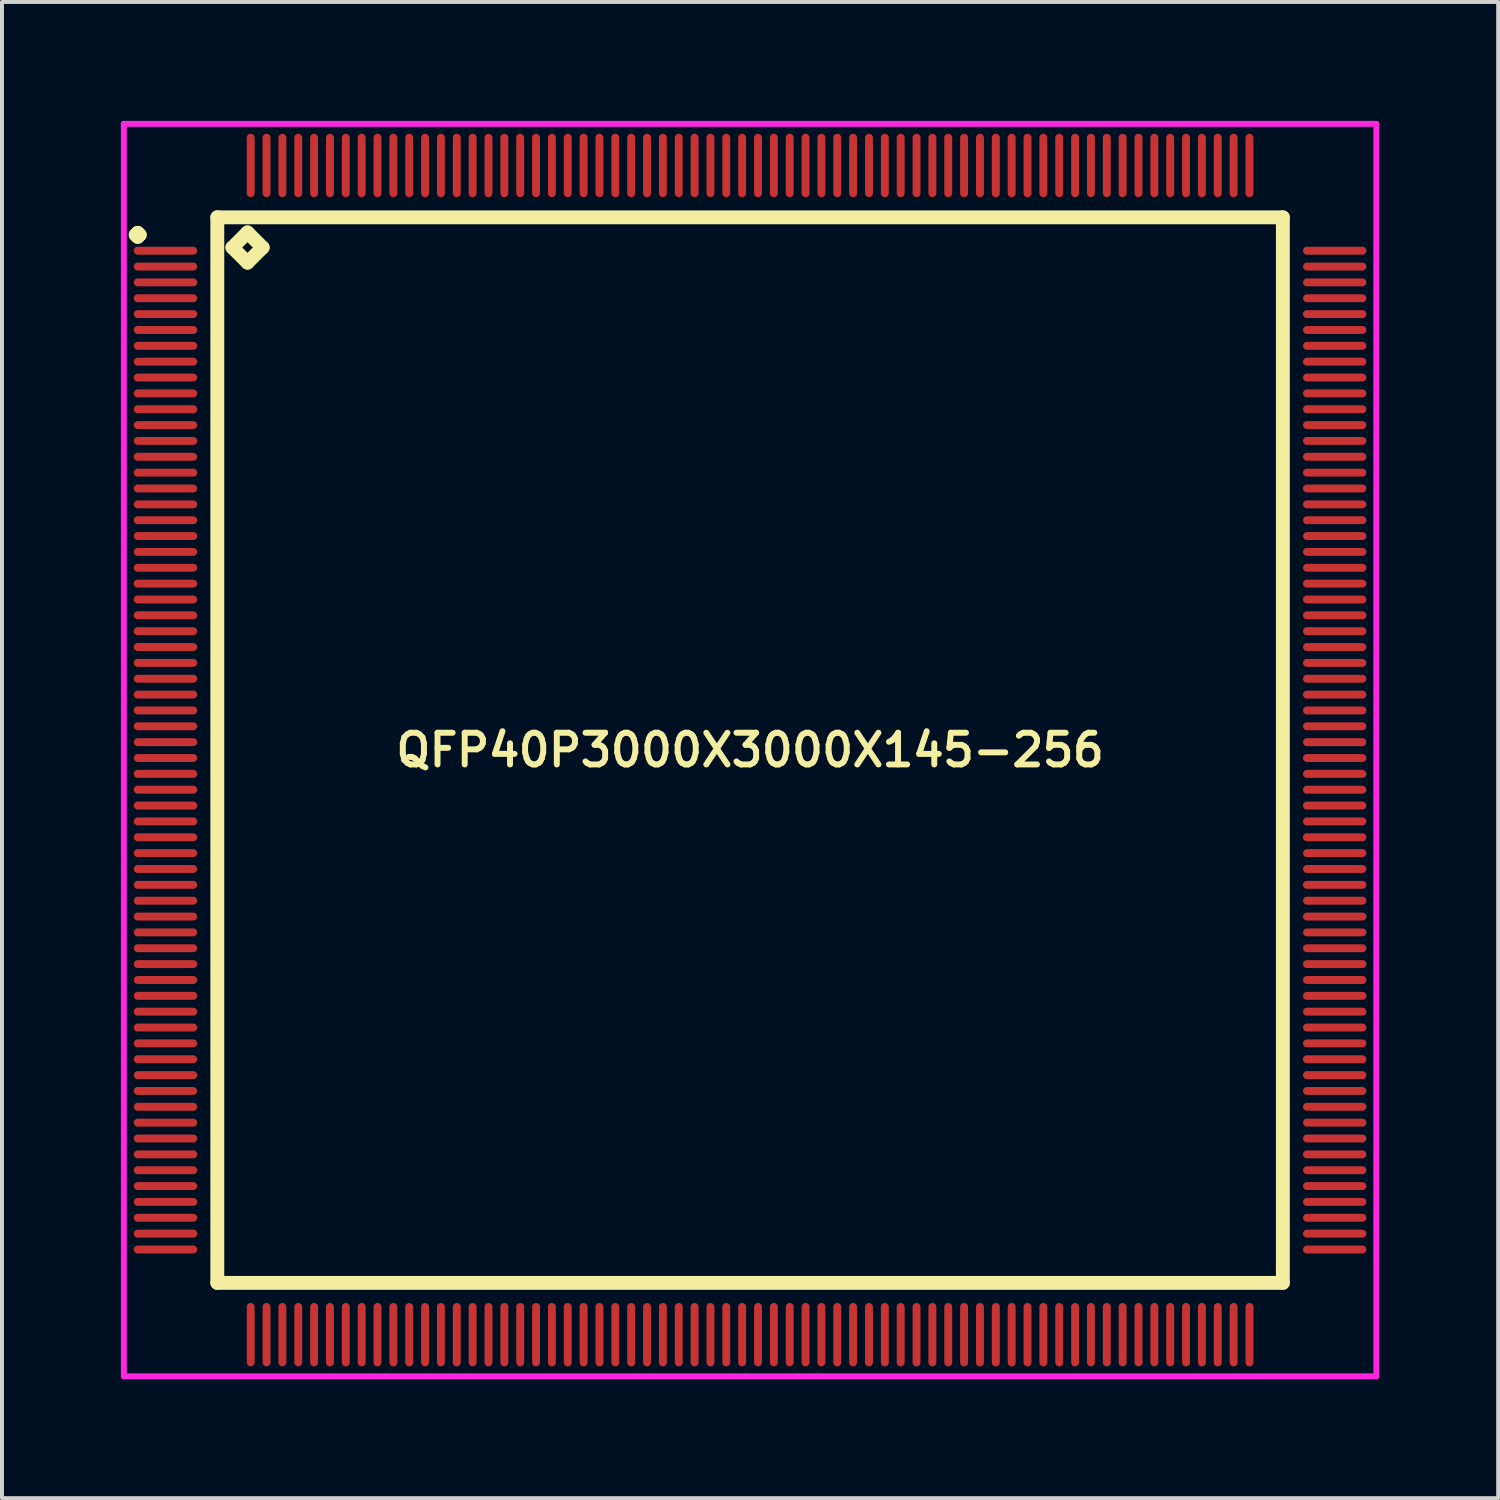
<source format=kicad_pcb>
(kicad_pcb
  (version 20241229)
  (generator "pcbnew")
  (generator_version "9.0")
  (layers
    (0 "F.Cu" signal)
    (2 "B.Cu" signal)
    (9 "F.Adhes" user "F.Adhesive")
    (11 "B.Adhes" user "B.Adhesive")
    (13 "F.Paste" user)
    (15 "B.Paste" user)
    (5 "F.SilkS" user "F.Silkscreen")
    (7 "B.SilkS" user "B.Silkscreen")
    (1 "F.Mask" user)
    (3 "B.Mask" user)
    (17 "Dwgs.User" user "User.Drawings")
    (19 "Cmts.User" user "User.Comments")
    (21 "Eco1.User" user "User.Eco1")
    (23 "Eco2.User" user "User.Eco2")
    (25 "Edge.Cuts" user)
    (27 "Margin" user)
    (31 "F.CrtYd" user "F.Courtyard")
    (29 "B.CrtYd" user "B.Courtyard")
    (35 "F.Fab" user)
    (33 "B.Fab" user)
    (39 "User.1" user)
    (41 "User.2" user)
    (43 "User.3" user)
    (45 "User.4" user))
  (footprint "QFP40P3000X3000X145-256"
    (layer "F.Cu")
    (at 15.875 15.875)
    (property "Reference" "QFP40P3000X3000X145-256" (at 0 0 0) (layer "F.SilkS") (effects (font (size 0.8 0.8) (thickness 0.15))))
    (attr smd)
    (fp_line (start -15.5 -13) (end -15.45 -13.05) (stroke (width 0.35) (type solid)) (layer "F.SilkS"))
    (fp_line (start -15.45 -13.05) (end -15.4 -13) (stroke (width 0.35) (type solid)) (layer "F.SilkS"))
    (fp_line (start -15.45 -12.95) (end -15.5 -13) (stroke (width 0.35) (type solid)) (layer "F.SilkS"))
    (fp_line (start -15.4 -13) (end -15.45 -12.95) (stroke (width 0.35) (type solid)) (layer "F.SilkS"))
    (fp_line (start -13.442 -13.442) (end -13.442 13.442) (stroke (width 0.35) (type solid)) (layer "F.SilkS"))
    (fp_line (start -13.442 13.442) (end 13.442 13.442) (stroke (width 0.35) (type solid)) (layer "F.SilkS"))
    (fp_line (start -13.061 -12.68) (end -12.68 -13.061) (stroke (width 0.35) (type solid)) (layer "F.SilkS"))
    (fp_line (start -12.68 -13.061) (end -12.299 -12.68) (stroke (width 0.35) (type solid)) (layer "F.SilkS"))
    (fp_line (start -12.68 -12.299) (end -13.061 -12.68) (stroke (width 0.35) (type solid)) (layer "F.SilkS"))
    (fp_line (start -12.299 -12.68) (end -12.68 -12.299) (stroke (width 0.35) (type solid)) (layer "F.SilkS"))
    (fp_line (start 13.442 -13.442) (end -13.442 -13.442) (stroke (width 0.35) (type solid)) (layer "F.SilkS"))
    (fp_line (start 13.442 13.442) (end 13.442 -13.442) (stroke (width 0.35) (type solid)) (layer "F.SilkS"))
    (fp_line (start -15.8 -15.8) (end 15.8 -15.8) (stroke (width 0.15) (type solid)) (layer "F.CrtYd"))
    (fp_line (start -15.8 15.8) (end -15.8 -15.8) (stroke (width 0.15) (type solid)) (layer "F.CrtYd"))
    (fp_line (start 15.8 -15.8) (end 15.8 15.8) (stroke (width 0.15) (type solid)) (layer "F.CrtYd"))
    (fp_line (start 15.8 15.8) (end -15.8 15.8) (stroke (width 0.15) (type solid)) (layer "F.CrtYd"))
    (pad "1" smd oval (at -14.75 -12.6) (size 1.6 0.2) (layers "F.Cu" "F.Mask" "F.Paste"))
    (pad "2" smd oval (at -14.75 -12.2) (size 1.6 0.2) (layers "F.Cu" "F.Mask" "F.Paste"))
    (pad "3" smd oval (at -14.75 -11.8) (size 1.6 0.2) (layers "F.Cu" "F.Mask" "F.Paste"))
    (pad "4" smd oval (at -14.75 -11.4) (size 1.6 0.2) (layers "F.Cu" "F.Mask" "F.Paste"))
    (pad "5" smd oval (at -14.75 -11) (size 1.6 0.2) (layers "F.Cu" "F.Mask" "F.Paste"))
    (pad "6" smd oval (at -14.75 -10.6) (size 1.6 0.2) (layers "F.Cu" "F.Mask" "F.Paste"))
    (pad "7" smd oval (at -14.75 -10.2) (size 1.6 0.2) (layers "F.Cu" "F.Mask" "F.Paste"))
    (pad "8" smd oval (at -14.75 -9.8) (size 1.6 0.2) (layers "F.Cu" "F.Mask" "F.Paste"))
    (pad "9" smd oval (at -14.75 -9.4) (size 1.6 0.2) (layers "F.Cu" "F.Mask" "F.Paste"))
    (pad "10" smd oval (at -14.75 -9) (size 1.6 0.2) (layers "F.Cu" "F.Mask" "F.Paste"))
    (pad "11" smd oval (at -14.75 -8.6) (size 1.6 0.2) (layers "F.Cu" "F.Mask" "F.Paste"))
    (pad "12" smd oval (at -14.75 -8.2) (size 1.6 0.2) (layers "F.Cu" "F.Mask" "F.Paste"))
    (pad "13" smd oval (at -14.75 -7.8) (size 1.6 0.2) (layers "F.Cu" "F.Mask" "F.Paste"))
    (pad "14" smd oval (at -14.75 -7.4) (size 1.6 0.2) (layers "F.Cu" "F.Mask" "F.Paste"))
    (pad "15" smd oval (at -14.75 -7) (size 1.6 0.2) (layers "F.Cu" "F.Mask" "F.Paste"))
    (pad "16" smd oval (at -14.75 -6.6) (size 1.6 0.2) (layers "F.Cu" "F.Mask" "F.Paste"))
    (pad "17" smd oval (at -14.75 -6.2) (size 1.6 0.2) (layers "F.Cu" "F.Mask" "F.Paste"))
    (pad "18" smd oval (at -14.75 -5.8) (size 1.6 0.2) (layers "F.Cu" "F.Mask" "F.Paste"))
    (pad "19" smd oval (at -14.75 -5.4) (size 1.6 0.2) (layers "F.Cu" "F.Mask" "F.Paste"))
    (pad "20" smd oval (at -14.75 -5) (size 1.6 0.2) (layers "F.Cu" "F.Mask" "F.Paste"))
    (pad "21" smd oval (at -14.75 -4.6) (size 1.6 0.2) (layers "F.Cu" "F.Mask" "F.Paste"))
    (pad "22" smd oval (at -14.75 -4.2) (size 1.6 0.2) (layers "F.Cu" "F.Mask" "F.Paste"))
    (pad "23" smd oval (at -14.75 -3.8) (size 1.6 0.2) (layers "F.Cu" "F.Mask" "F.Paste"))
    (pad "24" smd oval (at -14.75 -3.4) (size 1.6 0.2) (layers "F.Cu" "F.Mask" "F.Paste"))
    (pad "25" smd oval (at -14.75 -3) (size 1.6 0.2) (layers "F.Cu" "F.Mask" "F.Paste"))
    (pad "26" smd oval (at -14.75 -2.6) (size 1.6 0.2) (layers "F.Cu" "F.Mask" "F.Paste"))
    (pad "27" smd oval (at -14.75 -2.2) (size 1.6 0.2) (layers "F.Cu" "F.Mask" "F.Paste"))
    (pad "28" smd oval (at -14.75 -1.8) (size 1.6 0.2) (layers "F.Cu" "F.Mask" "F.Paste"))
    (pad "29" smd oval (at -14.75 -1.4) (size 1.6 0.2) (layers "F.Cu" "F.Mask" "F.Paste"))
    (pad "30" smd oval (at -14.75 -1) (size 1.6 0.2) (layers "F.Cu" "F.Mask" "F.Paste"))
    (pad "31" smd oval (at -14.75 -0.6) (size 1.6 0.2) (layers "F.Cu" "F.Mask" "F.Paste"))
    (pad "32" smd oval (at -14.75 -0.2) (size 1.6 0.2) (layers "F.Cu" "F.Mask" "F.Paste"))
    (pad "33" smd oval (at -14.75 0.2) (size 1.6 0.2) (layers "F.Cu" "F.Mask" "F.Paste"))
    (pad "34" smd oval (at -14.75 0.6) (size 1.6 0.2) (layers "F.Cu" "F.Mask" "F.Paste"))
    (pad "35" smd oval (at -14.75 1) (size 1.6 0.2) (layers "F.Cu" "F.Mask" "F.Paste"))
    (pad "36" smd oval (at -14.75 1.4) (size 1.6 0.2) (layers "F.Cu" "F.Mask" "F.Paste"))
    (pad "37" smd oval (at -14.75 1.8) (size 1.6 0.2) (layers "F.Cu" "F.Mask" "F.Paste"))
    (pad "38" smd oval (at -14.75 2.2) (size 1.6 0.2) (layers "F.Cu" "F.Mask" "F.Paste"))
    (pad "39" smd oval (at -14.75 2.6) (size 1.6 0.2) (layers "F.Cu" "F.Mask" "F.Paste"))
    (pad "40" smd oval (at -14.75 3) (size 1.6 0.2) (layers "F.Cu" "F.Mask" "F.Paste"))
    (pad "41" smd oval (at -14.75 3.4) (size 1.6 0.2) (layers "F.Cu" "F.Mask" "F.Paste"))
    (pad "42" smd oval (at -14.75 3.8) (size 1.6 0.2) (layers "F.Cu" "F.Mask" "F.Paste"))
    (pad "43" smd oval (at -14.75 4.2) (size 1.6 0.2) (layers "F.Cu" "F.Mask" "F.Paste"))
    (pad "44" smd oval (at -14.75 4.6) (size 1.6 0.2) (layers "F.Cu" "F.Mask" "F.Paste"))
    (pad "45" smd oval (at -14.75 5) (size 1.6 0.2) (layers "F.Cu" "F.Mask" "F.Paste"))
    (pad "46" smd oval (at -14.75 5.4) (size 1.6 0.2) (layers "F.Cu" "F.Mask" "F.Paste"))
    (pad "47" smd oval (at -14.75 5.8) (size 1.6 0.2) (layers "F.Cu" "F.Mask" "F.Paste"))
    (pad "48" smd oval (at -14.75 6.2) (size 1.6 0.2) (layers "F.Cu" "F.Mask" "F.Paste"))
    (pad "49" smd oval (at -14.75 6.6) (size 1.6 0.2) (layers "F.Cu" "F.Mask" "F.Paste"))
    (pad "50" smd oval (at -14.75 7) (size 1.6 0.2) (layers "F.Cu" "F.Mask" "F.Paste"))
    (pad "51" smd oval (at -14.75 7.4) (size 1.6 0.2) (layers "F.Cu" "F.Mask" "F.Paste"))
    (pad "52" smd oval (at -14.75 7.8) (size 1.6 0.2) (layers "F.Cu" "F.Mask" "F.Paste"))
    (pad "53" smd oval (at -14.75 8.2) (size 1.6 0.2) (layers "F.Cu" "F.Mask" "F.Paste"))
    (pad "54" smd oval (at -14.75 8.6) (size 1.6 0.2) (layers "F.Cu" "F.Mask" "F.Paste"))
    (pad "55" smd oval (at -14.75 9) (size 1.6 0.2) (layers "F.Cu" "F.Mask" "F.Paste"))
    (pad "56" smd oval (at -14.75 9.4) (size 1.6 0.2) (layers "F.Cu" "F.Mask" "F.Paste"))
    (pad "57" smd oval (at -14.75 9.8) (size 1.6 0.2) (layers "F.Cu" "F.Mask" "F.Paste"))
    (pad "58" smd oval (at -14.75 10.2) (size 1.6 0.2) (layers "F.Cu" "F.Mask" "F.Paste"))
    (pad "59" smd oval (at -14.75 10.6) (size 1.6 0.2) (layers "F.Cu" "F.Mask" "F.Paste"))
    (pad "60" smd oval (at -14.75 11) (size 1.6 0.2) (layers "F.Cu" "F.Mask" "F.Paste"))
    (pad "61" smd oval (at -14.75 11.4) (size 1.6 0.2) (layers "F.Cu" "F.Mask" "F.Paste"))
    (pad "62" smd oval (at -14.75 11.8) (size 1.6 0.2) (layers "F.Cu" "F.Mask" "F.Paste"))
    (pad "63" smd oval (at -14.75 12.2) (size 1.6 0.2) (layers "F.Cu" "F.Mask" "F.Paste"))
    (pad "64" smd oval (at -14.75 12.6) (size 1.6 0.2) (layers "F.Cu" "F.Mask" "F.Paste"))
    (pad "65" smd oval (at -12.6 14.75) (size 0.2 1.6) (layers "F.Cu" "F.Mask" "F.Paste"))
    (pad "66" smd oval (at -12.2 14.75) (size 0.2 1.6) (layers "F.Cu" "F.Mask" "F.Paste"))
    (pad "67" smd oval (at -11.8 14.75) (size 0.2 1.6) (layers "F.Cu" "F.Mask" "F.Paste"))
    (pad "68" smd oval (at -11.4 14.75) (size 0.2 1.6) (layers "F.Cu" "F.Mask" "F.Paste"))
    (pad "69" smd oval (at -11 14.75) (size 0.2 1.6) (layers "F.Cu" "F.Mask" "F.Paste"))
    (pad "70" smd oval (at -10.6 14.75) (size 0.2 1.6) (layers "F.Cu" "F.Mask" "F.Paste"))
    (pad "71" smd oval (at -10.2 14.75) (size 0.2 1.6) (layers "F.Cu" "F.Mask" "F.Paste"))
    (pad "72" smd oval (at -9.8 14.75) (size 0.2 1.6) (layers "F.Cu" "F.Mask" "F.Paste"))
    (pad "73" smd oval (at -9.4 14.75) (size 0.2 1.6) (layers "F.Cu" "F.Mask" "F.Paste"))
    (pad "74" smd oval (at -9 14.75) (size 0.2 1.6) (layers "F.Cu" "F.Mask" "F.Paste"))
    (pad "75" smd oval (at -8.6 14.75) (size 0.2 1.6) (layers "F.Cu" "F.Mask" "F.Paste"))
    (pad "76" smd oval (at -8.2 14.75) (size 0.2 1.6) (layers "F.Cu" "F.Mask" "F.Paste"))
    (pad "77" smd oval (at -7.8 14.75) (size 0.2 1.6) (layers "F.Cu" "F.Mask" "F.Paste"))
    (pad "78" smd oval (at -7.4 14.75) (size 0.2 1.6) (layers "F.Cu" "F.Mask" "F.Paste"))
    (pad "79" smd oval (at -7 14.75) (size 0.2 1.6) (layers "F.Cu" "F.Mask" "F.Paste"))
    (pad "80" smd oval (at -6.6 14.75) (size 0.2 1.6) (layers "F.Cu" "F.Mask" "F.Paste"))
    (pad "81" smd oval (at -6.2 14.75) (size 0.2 1.6) (layers "F.Cu" "F.Mask" "F.Paste"))
    (pad "82" smd oval (at -5.8 14.75) (size 0.2 1.6) (layers "F.Cu" "F.Mask" "F.Paste"))
    (pad "83" smd oval (at -5.4 14.75) (size 0.2 1.6) (layers "F.Cu" "F.Mask" "F.Paste"))
    (pad "84" smd oval (at -5 14.75) (size 0.2 1.6) (layers "F.Cu" "F.Mask" "F.Paste"))
    (pad "85" smd oval (at -4.6 14.75) (size 0.2 1.6) (layers "F.Cu" "F.Mask" "F.Paste"))
    (pad "86" smd oval (at -4.2 14.75) (size 0.2 1.6) (layers "F.Cu" "F.Mask" "F.Paste"))
    (pad "87" smd oval (at -3.8 14.75) (size 0.2 1.6) (layers "F.Cu" "F.Mask" "F.Paste"))
    (pad "88" smd oval (at -3.4 14.75) (size 0.2 1.6) (layers "F.Cu" "F.Mask" "F.Paste"))
    (pad "89" smd oval (at -3 14.75) (size 0.2 1.6) (layers "F.Cu" "F.Mask" "F.Paste"))
    (pad "90" smd oval (at -2.6 14.75) (size 0.2 1.6) (layers "F.Cu" "F.Mask" "F.Paste"))
    (pad "91" smd oval (at -2.2 14.75) (size 0.2 1.6) (layers "F.Cu" "F.Mask" "F.Paste"))
    (pad "92" smd oval (at -1.8 14.75) (size 0.2 1.6) (layers "F.Cu" "F.Mask" "F.Paste"))
    (pad "93" smd oval (at -1.4 14.75) (size 0.2 1.6) (layers "F.Cu" "F.Mask" "F.Paste"))
    (pad "94" smd oval (at -1 14.75) (size 0.2 1.6) (layers "F.Cu" "F.Mask" "F.Paste"))
    (pad "95" smd oval (at -0.6 14.75) (size 0.2 1.6) (layers "F.Cu" "F.Mask" "F.Paste"))
    (pad "96" smd oval (at -0.2 14.75) (size 0.2 1.6) (layers "F.Cu" "F.Mask" "F.Paste"))
    (pad "97" smd oval (at 0.2 14.75) (size 0.2 1.6) (layers "F.Cu" "F.Mask" "F.Paste"))
    (pad "98" smd oval (at 0.6 14.75) (size 0.2 1.6) (layers "F.Cu" "F.Mask" "F.Paste"))
    (pad "99" smd oval (at 1 14.75) (size 0.2 1.6) (layers "F.Cu" "F.Mask" "F.Paste"))
    (pad "100" smd oval (at 1.4 14.75) (size 0.2 1.6) (layers "F.Cu" "F.Mask" "F.Paste"))
    (pad "101" smd oval (at 1.8 14.75) (size 0.2 1.6) (layers "F.Cu" "F.Mask" "F.Paste"))
    (pad "102" smd oval (at 2.2 14.75) (size 0.2 1.6) (layers "F.Cu" "F.Mask" "F.Paste"))
    (pad "103" smd oval (at 2.6 14.75) (size 0.2 1.6) (layers "F.Cu" "F.Mask" "F.Paste"))
    (pad "104" smd oval (at 3 14.75) (size 0.2 1.6) (layers "F.Cu" "F.Mask" "F.Paste"))
    (pad "105" smd oval (at 3.4 14.75) (size 0.2 1.6) (layers "F.Cu" "F.Mask" "F.Paste"))
    (pad "106" smd oval (at 3.8 14.75) (size 0.2 1.6) (layers "F.Cu" "F.Mask" "F.Paste"))
    (pad "107" smd oval (at 4.2 14.75) (size 0.2 1.6) (layers "F.Cu" "F.Mask" "F.Paste"))
    (pad "108" smd oval (at 4.6 14.75) (size 0.2 1.6) (layers "F.Cu" "F.Mask" "F.Paste"))
    (pad "109" smd oval (at 5 14.75) (size 0.2 1.6) (layers "F.Cu" "F.Mask" "F.Paste"))
    (pad "110" smd oval (at 5.4 14.75) (size 0.2 1.6) (layers "F.Cu" "F.Mask" "F.Paste"))
    (pad "111" smd oval (at 5.8 14.75) (size 0.2 1.6) (layers "F.Cu" "F.Mask" "F.Paste"))
    (pad "112" smd oval (at 6.2 14.75) (size 0.2 1.6) (layers "F.Cu" "F.Mask" "F.Paste"))
    (pad "113" smd oval (at 6.6 14.75) (size 0.2 1.6) (layers "F.Cu" "F.Mask" "F.Paste"))
    (pad "114" smd oval (at 7 14.75) (size 0.2 1.6) (layers "F.Cu" "F.Mask" "F.Paste"))
    (pad "115" smd oval (at 7.4 14.75) (size 0.2 1.6) (layers "F.Cu" "F.Mask" "F.Paste"))
    (pad "116" smd oval (at 7.8 14.75) (size 0.2 1.6) (layers "F.Cu" "F.Mask" "F.Paste"))
    (pad "117" smd oval (at 8.2 14.75) (size 0.2 1.6) (layers "F.Cu" "F.Mask" "F.Paste"))
    (pad "118" smd oval (at 8.6 14.75) (size 0.2 1.6) (layers "F.Cu" "F.Mask" "F.Paste"))
    (pad "119" smd oval (at 9 14.75) (size 0.2 1.6) (layers "F.Cu" "F.Mask" "F.Paste"))
    (pad "120" smd oval (at 9.4 14.75) (size 0.2 1.6) (layers "F.Cu" "F.Mask" "F.Paste"))
    (pad "121" smd oval (at 9.8 14.75) (size 0.2 1.6) (layers "F.Cu" "F.Mask" "F.Paste"))
    (pad "122" smd oval (at 10.2 14.75) (size 0.2 1.6) (layers "F.Cu" "F.Mask" "F.Paste"))
    (pad "123" smd oval (at 10.6 14.75) (size 0.2 1.6) (layers "F.Cu" "F.Mask" "F.Paste"))
    (pad "124" smd oval (at 11 14.75) (size 0.2 1.6) (layers "F.Cu" "F.Mask" "F.Paste"))
    (pad "125" smd oval (at 11.4 14.75) (size 0.2 1.6) (layers "F.Cu" "F.Mask" "F.Paste"))
    (pad "126" smd oval (at 11.8 14.75) (size 0.2 1.6) (layers "F.Cu" "F.Mask" "F.Paste"))
    (pad "127" smd oval (at 12.2 14.75) (size 0.2 1.6) (layers "F.Cu" "F.Mask" "F.Paste"))
    (pad "128" smd oval (at 12.6 14.75) (size 0.2 1.6) (layers "F.Cu" "F.Mask" "F.Paste"))
    (pad "129" smd oval (at 14.75 12.6) (size 1.6 0.2) (layers "F.Cu" "F.Mask" "F.Paste"))
    (pad "130" smd oval (at 14.75 12.2) (size 1.6 0.2) (layers "F.Cu" "F.Mask" "F.Paste"))
    (pad "131" smd oval (at 14.75 11.8) (size 1.6 0.2) (layers "F.Cu" "F.Mask" "F.Paste"))
    (pad "132" smd oval (at 14.75 11.4) (size 1.6 0.2) (layers "F.Cu" "F.Mask" "F.Paste"))
    (pad "133" smd oval (at 14.75 11) (size 1.6 0.2) (layers "F.Cu" "F.Mask" "F.Paste"))
    (pad "134" smd oval (at 14.75 10.6) (size 1.6 0.2) (layers "F.Cu" "F.Mask" "F.Paste"))
    (pad "135" smd oval (at 14.75 10.2) (size 1.6 0.2) (layers "F.Cu" "F.Mask" "F.Paste"))
    (pad "136" smd oval (at 14.75 9.8) (size 1.6 0.2) (layers "F.Cu" "F.Mask" "F.Paste"))
    (pad "137" smd oval (at 14.75 9.4) (size 1.6 0.2) (layers "F.Cu" "F.Mask" "F.Paste"))
    (pad "138" smd oval (at 14.75 9) (size 1.6 0.2) (layers "F.Cu" "F.Mask" "F.Paste"))
    (pad "139" smd oval (at 14.75 8.6) (size 1.6 0.2) (layers "F.Cu" "F.Mask" "F.Paste"))
    (pad "140" smd oval (at 14.75 8.2) (size 1.6 0.2) (layers "F.Cu" "F.Mask" "F.Paste"))
    (pad "141" smd oval (at 14.75 7.8) (size 1.6 0.2) (layers "F.Cu" "F.Mask" "F.Paste"))
    (pad "142" smd oval (at 14.75 7.4) (size 1.6 0.2) (layers "F.Cu" "F.Mask" "F.Paste"))
    (pad "143" smd oval (at 14.75 7) (size 1.6 0.2) (layers "F.Cu" "F.Mask" "F.Paste"))
    (pad "144" smd oval (at 14.75 6.6) (size 1.6 0.2) (layers "F.Cu" "F.Mask" "F.Paste"))
    (pad "145" smd oval (at 14.75 6.2) (size 1.6 0.2) (layers "F.Cu" "F.Mask" "F.Paste"))
    (pad "146" smd oval (at 14.75 5.8) (size 1.6 0.2) (layers "F.Cu" "F.Mask" "F.Paste"))
    (pad "147" smd oval (at 14.75 5.4) (size 1.6 0.2) (layers "F.Cu" "F.Mask" "F.Paste"))
    (pad "148" smd oval (at 14.75 5) (size 1.6 0.2) (layers "F.Cu" "F.Mask" "F.Paste"))
    (pad "149" smd oval (at 14.75 4.6) (size 1.6 0.2) (layers "F.Cu" "F.Mask" "F.Paste"))
    (pad "150" smd oval (at 14.75 4.2) (size 1.6 0.2) (layers "F.Cu" "F.Mask" "F.Paste"))
    (pad "151" smd oval (at 14.75 3.8) (size 1.6 0.2) (layers "F.Cu" "F.Mask" "F.Paste"))
    (pad "152" smd oval (at 14.75 3.4) (size 1.6 0.2) (layers "F.Cu" "F.Mask" "F.Paste"))
    (pad "153" smd oval (at 14.75 3) (size 1.6 0.2) (layers "F.Cu" "F.Mask" "F.Paste"))
    (pad "154" smd oval (at 14.75 2.6) (size 1.6 0.2) (layers "F.Cu" "F.Mask" "F.Paste"))
    (pad "155" smd oval (at 14.75 2.2) (size 1.6 0.2) (layers "F.Cu" "F.Mask" "F.Paste"))
    (pad "156" smd oval (at 14.75 1.8) (size 1.6 0.2) (layers "F.Cu" "F.Mask" "F.Paste"))
    (pad "157" smd oval (at 14.75 1.4) (size 1.6 0.2) (layers "F.Cu" "F.Mask" "F.Paste"))
    (pad "158" smd oval (at 14.75 1) (size 1.6 0.2) (layers "F.Cu" "F.Mask" "F.Paste"))
    (pad "159" smd oval (at 14.75 0.6) (size 1.6 0.2) (layers "F.Cu" "F.Mask" "F.Paste"))
    (pad "160" smd oval (at 14.75 0.2) (size 1.6 0.2) (layers "F.Cu" "F.Mask" "F.Paste"))
    (pad "161" smd oval (at 14.75 -0.2) (size 1.6 0.2) (layers "F.Cu" "F.Mask" "F.Paste"))
    (pad "162" smd oval (at 14.75 -0.6) (size 1.6 0.2) (layers "F.Cu" "F.Mask" "F.Paste"))
    (pad "163" smd oval (at 14.75 -1) (size 1.6 0.2) (layers "F.Cu" "F.Mask" "F.Paste"))
    (pad "164" smd oval (at 14.75 -1.4) (size 1.6 0.2) (layers "F.Cu" "F.Mask" "F.Paste"))
    (pad "165" smd oval (at 14.75 -1.8) (size 1.6 0.2) (layers "F.Cu" "F.Mask" "F.Paste"))
    (pad "166" smd oval (at 14.75 -2.2) (size 1.6 0.2) (layers "F.Cu" "F.Mask" "F.Paste"))
    (pad "167" smd oval (at 14.75 -2.6) (size 1.6 0.2) (layers "F.Cu" "F.Mask" "F.Paste"))
    (pad "168" smd oval (at 14.75 -3) (size 1.6 0.2) (layers "F.Cu" "F.Mask" "F.Paste"))
    (pad "169" smd oval (at 14.75 -3.4) (size 1.6 0.2) (layers "F.Cu" "F.Mask" "F.Paste"))
    (pad "170" smd oval (at 14.75 -3.8) (size 1.6 0.2) (layers "F.Cu" "F.Mask" "F.Paste"))
    (pad "171" smd oval (at 14.75 -4.2) (size 1.6 0.2) (layers "F.Cu" "F.Mask" "F.Paste"))
    (pad "172" smd oval (at 14.75 -4.6) (size 1.6 0.2) (layers "F.Cu" "F.Mask" "F.Paste"))
    (pad "173" smd oval (at 14.75 -5) (size 1.6 0.2) (layers "F.Cu" "F.Mask" "F.Paste"))
    (pad "174" smd oval (at 14.75 -5.4) (size 1.6 0.2) (layers "F.Cu" "F.Mask" "F.Paste"))
    (pad "175" smd oval (at 14.75 -5.8) (size 1.6 0.2) (layers "F.Cu" "F.Mask" "F.Paste"))
    (pad "176" smd oval (at 14.75 -6.2) (size 1.6 0.2) (layers "F.Cu" "F.Mask" "F.Paste"))
    (pad "177" smd oval (at 14.75 -6.6) (size 1.6 0.2) (layers "F.Cu" "F.Mask" "F.Paste"))
    (pad "178" smd oval (at 14.75 -7) (size 1.6 0.2) (layers "F.Cu" "F.Mask" "F.Paste"))
    (pad "179" smd oval (at 14.75 -7.4) (size 1.6 0.2) (layers "F.Cu" "F.Mask" "F.Paste"))
    (pad "180" smd oval (at 14.75 -7.8) (size 1.6 0.2) (layers "F.Cu" "F.Mask" "F.Paste"))
    (pad "181" smd oval (at 14.75 -8.2) (size 1.6 0.2) (layers "F.Cu" "F.Mask" "F.Paste"))
    (pad "182" smd oval (at 14.75 -8.6) (size 1.6 0.2) (layers "F.Cu" "F.Mask" "F.Paste"))
    (pad "183" smd oval (at 14.75 -9) (size 1.6 0.2) (layers "F.Cu" "F.Mask" "F.Paste"))
    (pad "184" smd oval (at 14.75 -9.4) (size 1.6 0.2) (layers "F.Cu" "F.Mask" "F.Paste"))
    (pad "185" smd oval (at 14.75 -9.8) (size 1.6 0.2) (layers "F.Cu" "F.Mask" "F.Paste"))
    (pad "186" smd oval (at 14.75 -10.2) (size 1.6 0.2) (layers "F.Cu" "F.Mask" "F.Paste"))
    (pad "187" smd oval (at 14.75 -10.6) (size 1.6 0.2) (layers "F.Cu" "F.Mask" "F.Paste"))
    (pad "188" smd oval (at 14.75 -11) (size 1.6 0.2) (layers "F.Cu" "F.Mask" "F.Paste"))
    (pad "189" smd oval (at 14.75 -11.4) (size 1.6 0.2) (layers "F.Cu" "F.Mask" "F.Paste"))
    (pad "190" smd oval (at 14.75 -11.8) (size 1.6 0.2) (layers "F.Cu" "F.Mask" "F.Paste"))
    (pad "191" smd oval (at 14.75 -12.2) (size 1.6 0.2) (layers "F.Cu" "F.Mask" "F.Paste"))
    (pad "192" smd oval (at 14.75 -12.6) (size 1.6 0.2) (layers "F.Cu" "F.Mask" "F.Paste"))
    (pad "193" smd oval (at 12.6 -14.75) (size 0.2 1.6) (layers "F.Cu" "F.Mask" "F.Paste"))
    (pad "194" smd oval (at 12.2 -14.75) (size 0.2 1.6) (layers "F.Cu" "F.Mask" "F.Paste"))
    (pad "195" smd oval (at 11.8 -14.75) (size 0.2 1.6) (layers "F.Cu" "F.Mask" "F.Paste"))
    (pad "196" smd oval (at 11.4 -14.75) (size 0.2 1.6) (layers "F.Cu" "F.Mask" "F.Paste"))
    (pad "197" smd oval (at 11 -14.75) (size 0.2 1.6) (layers "F.Cu" "F.Mask" "F.Paste"))
    (pad "198" smd oval (at 10.6 -14.75) (size 0.2 1.6) (layers "F.Cu" "F.Mask" "F.Paste"))
    (pad "199" smd oval (at 10.2 -14.75) (size 0.2 1.6) (layers "F.Cu" "F.Mask" "F.Paste"))
    (pad "200" smd oval (at 9.8 -14.75) (size 0.2 1.6) (layers "F.Cu" "F.Mask" "F.Paste"))
    (pad "201" smd oval (at 9.4 -14.75) (size 0.2 1.6) (layers "F.Cu" "F.Mask" "F.Paste"))
    (pad "202" smd oval (at 9 -14.75) (size 0.2 1.6) (layers "F.Cu" "F.Mask" "F.Paste"))
    (pad "203" smd oval (at 8.6 -14.75) (size 0.2 1.6) (layers "F.Cu" "F.Mask" "F.Paste"))
    (pad "204" smd oval (at 8.2 -14.75) (size 0.2 1.6) (layers "F.Cu" "F.Mask" "F.Paste"))
    (pad "205" smd oval (at 7.8 -14.75) (size 0.2 1.6) (layers "F.Cu" "F.Mask" "F.Paste"))
    (pad "206" smd oval (at 7.4 -14.75) (size 0.2 1.6) (layers "F.Cu" "F.Mask" "F.Paste"))
    (pad "207" smd oval (at 7 -14.75) (size 0.2 1.6) (layers "F.Cu" "F.Mask" "F.Paste"))
    (pad "208" smd oval (at 6.6 -14.75) (size 0.2 1.6) (layers "F.Cu" "F.Mask" "F.Paste"))
    (pad "209" smd oval (at 6.2 -14.75) (size 0.2 1.6) (layers "F.Cu" "F.Mask" "F.Paste"))
    (pad "210" smd oval (at 5.8 -14.75) (size 0.2 1.6) (layers "F.Cu" "F.Mask" "F.Paste"))
    (pad "211" smd oval (at 5.4 -14.75) (size 0.2 1.6) (layers "F.Cu" "F.Mask" "F.Paste"))
    (pad "212" smd oval (at 5 -14.75) (size 0.2 1.6) (layers "F.Cu" "F.Mask" "F.Paste"))
    (pad "213" smd oval (at 4.6 -14.75) (size 0.2 1.6) (layers "F.Cu" "F.Mask" "F.Paste"))
    (pad "214" smd oval (at 4.2 -14.75) (size 0.2 1.6) (layers "F.Cu" "F.Mask" "F.Paste"))
    (pad "215" smd oval (at 3.8 -14.75) (size 0.2 1.6) (layers "F.Cu" "F.Mask" "F.Paste"))
    (pad "216" smd oval (at 3.4 -14.75) (size 0.2 1.6) (layers "F.Cu" "F.Mask" "F.Paste"))
    (pad "217" smd oval (at 3 -14.75) (size 0.2 1.6) (layers "F.Cu" "F.Mask" "F.Paste"))
    (pad "218" smd oval (at 2.6 -14.75) (size 0.2 1.6) (layers "F.Cu" "F.Mask" "F.Paste"))
    (pad "219" smd oval (at 2.2 -14.75) (size 0.2 1.6) (layers "F.Cu" "F.Mask" "F.Paste"))
    (pad "220" smd oval (at 1.8 -14.75) (size 0.2 1.6) (layers "F.Cu" "F.Mask" "F.Paste"))
    (pad "221" smd oval (at 1.4 -14.75) (size 0.2 1.6) (layers "F.Cu" "F.Mask" "F.Paste"))
    (pad "222" smd oval (at 1 -14.75) (size 0.2 1.6) (layers "F.Cu" "F.Mask" "F.Paste"))
    (pad "223" smd oval (at 0.6 -14.75) (size 0.2 1.6) (layers "F.Cu" "F.Mask" "F.Paste"))
    (pad "224" smd oval (at 0.2 -14.75) (size 0.2 1.6) (layers "F.Cu" "F.Mask" "F.Paste"))
    (pad "225" smd oval (at -0.2 -14.75) (size 0.2 1.6) (layers "F.Cu" "F.Mask" "F.Paste"))
    (pad "226" smd oval (at -0.6 -14.75) (size 0.2 1.6) (layers "F.Cu" "F.Mask" "F.Paste"))
    (pad "227" smd oval (at -1 -14.75) (size 0.2 1.6) (layers "F.Cu" "F.Mask" "F.Paste"))
    (pad "228" smd oval (at -1.4 -14.75) (size 0.2 1.6) (layers "F.Cu" "F.Mask" "F.Paste"))
    (pad "229" smd oval (at -1.8 -14.75) (size 0.2 1.6) (layers "F.Cu" "F.Mask" "F.Paste"))
    (pad "230" smd oval (at -2.2 -14.75) (size 0.2 1.6) (layers "F.Cu" "F.Mask" "F.Paste"))
    (pad "231" smd oval (at -2.6 -14.75) (size 0.2 1.6) (layers "F.Cu" "F.Mask" "F.Paste"))
    (pad "232" smd oval (at -3 -14.75) (size 0.2 1.6) (layers "F.Cu" "F.Mask" "F.Paste"))
    (pad "233" smd oval (at -3.4 -14.75) (size 0.2 1.6) (layers "F.Cu" "F.Mask" "F.Paste"))
    (pad "234" smd oval (at -3.8 -14.75) (size 0.2 1.6) (layers "F.Cu" "F.Mask" "F.Paste"))
    (pad "235" smd oval (at -4.2 -14.75) (size 0.2 1.6) (layers "F.Cu" "F.Mask" "F.Paste"))
    (pad "236" smd oval (at -4.6 -14.75) (size 0.2 1.6) (layers "F.Cu" "F.Mask" "F.Paste"))
    (pad "237" smd oval (at -5 -14.75) (size 0.2 1.6) (layers "F.Cu" "F.Mask" "F.Paste"))
    (pad "238" smd oval (at -5.4 -14.75) (size 0.2 1.6) (layers "F.Cu" "F.Mask" "F.Paste"))
    (pad "239" smd oval (at -5.8 -14.75) (size 0.2 1.6) (layers "F.Cu" "F.Mask" "F.Paste"))
    (pad "240" smd oval (at -6.2 -14.75) (size 0.2 1.6) (layers "F.Cu" "F.Mask" "F.Paste"))
    (pad "241" smd oval (at -6.6 -14.75) (size 0.2 1.6) (layers "F.Cu" "F.Mask" "F.Paste"))
    (pad "242" smd oval (at -7 -14.75) (size 0.2 1.6) (layers "F.Cu" "F.Mask" "F.Paste"))
    (pad "243" smd oval (at -7.4 -14.75) (size 0.2 1.6) (layers "F.Cu" "F.Mask" "F.Paste"))
    (pad "244" smd oval (at -7.8 -14.75) (size 0.2 1.6) (layers "F.Cu" "F.Mask" "F.Paste"))
    (pad "245" smd oval (at -8.2 -14.75) (size 0.2 1.6) (layers "F.Cu" "F.Mask" "F.Paste"))
    (pad "246" smd oval (at -8.6 -14.75) (size 0.2 1.6) (layers "F.Cu" "F.Mask" "F.Paste"))
    (pad "247" smd oval (at -9 -14.75) (size 0.2 1.6) (layers "F.Cu" "F.Mask" "F.Paste"))
    (pad "248" smd oval (at -9.4 -14.75) (size 0.2 1.6) (layers "F.Cu" "F.Mask" "F.Paste"))
    (pad "249" smd oval (at -9.8 -14.75) (size 0.2 1.6) (layers "F.Cu" "F.Mask" "F.Paste"))
    (pad "250" smd oval (at -10.2 -14.75) (size 0.2 1.6) (layers "F.Cu" "F.Mask" "F.Paste"))
    (pad "251" smd oval (at -10.6 -14.75) (size 0.2 1.6) (layers "F.Cu" "F.Mask" "F.Paste"))
    (pad "252" smd oval (at -11 -14.75) (size 0.2 1.6) (layers "F.Cu" "F.Mask" "F.Paste"))
    (pad "253" smd oval (at -11.4 -14.75) (size 0.2 1.6) (layers "F.Cu" "F.Mask" "F.Paste"))
    (pad "254" smd oval (at -11.8 -14.75) (size 0.2 1.6) (layers "F.Cu" "F.Mask" "F.Paste"))
    (pad "255" smd oval (at -12.2 -14.75) (size 0.2 1.6) (layers "F.Cu" "F.Mask" "F.Paste"))
    (pad "256" smd oval (at -12.6 -14.75) (size 0.2 1.6) (layers "F.Cu" "F.Mask" "F.Paste")))
  (gr_rect
    (start -3 -3)
    (end 34.75 34.75)
    (stroke (width 0.1) (type default))
    (fill no)
    (layer "Edge.Cuts")))
</source>
